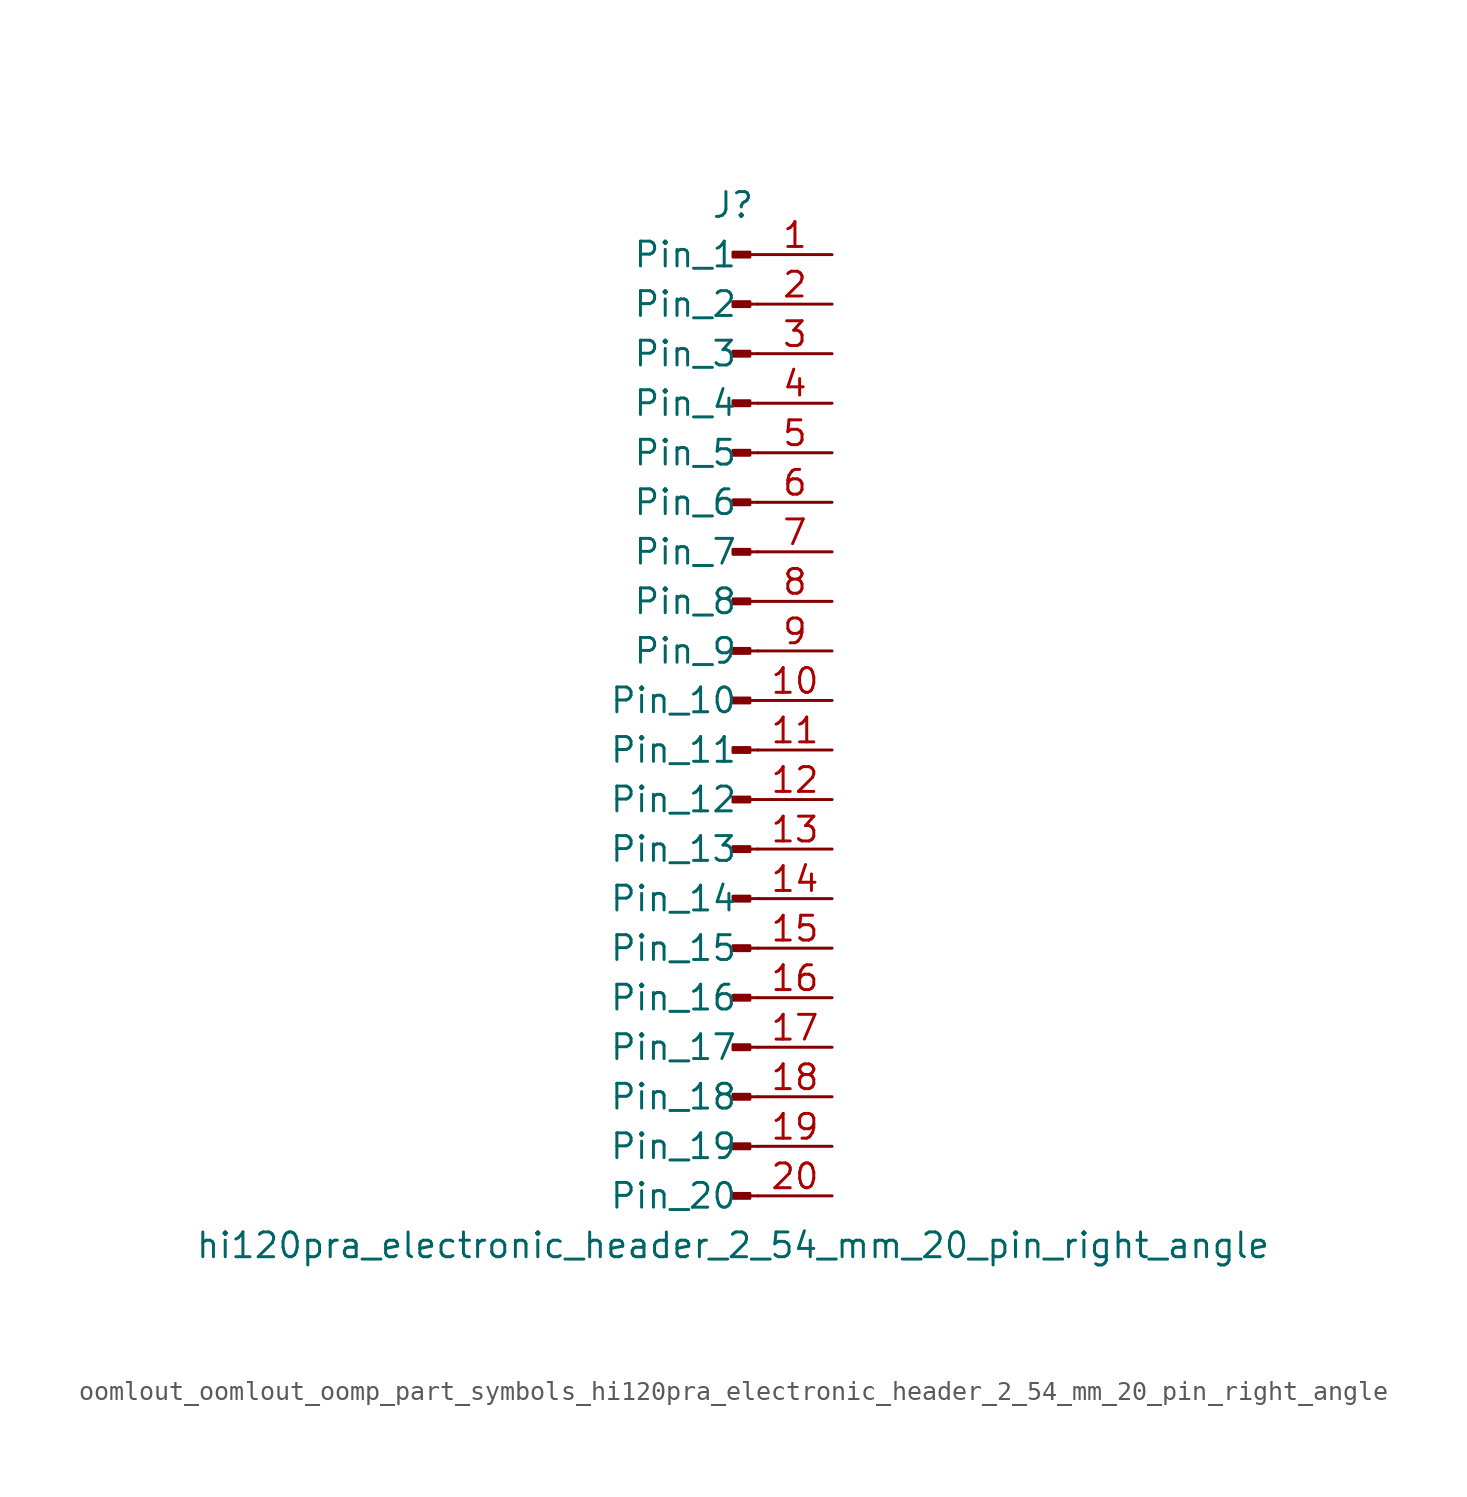
<source format=kicad_sym>
(kicad_symbol_lib
  (version 20220914)
  (generator kicad_symbol_editor)
  (symbol "oomlout_oomlout_oomp_part_symbols_hi120pra_electronic_header_2_54_mm_20_pin_right_angle"
    (pin_names
      (offset 1.016))
    (property "Reference" "J"
      (at 0 25.4 0)
      (effects (font (size 1.27 1.27))))
    (property "Value" "hi120pra_electronic_header_2_54_mm_20_pin_right_angle"
      (at 0 -27.94 0)
      (effects (font (size 1.27 1.27))))
    (property "ki_locked" ""
      (at 0 0 0)
      (effects (font (size 1.27 1.27))))
    (symbol "oomlout_oomlout_oomp_part_symbols_hi120pra_electronic_header_2_54_mm_20_pin_right_angle_1_1"
      (polyline (pts (xy 1.27 -25.4) (xy 0.864 -25.4)) (stroke (width 0.152) (type default)) (fill (type none)))
      (polyline (pts (xy 1.27 -22.86) (xy 0.864 -22.86)) (stroke (width 0.152) (type default)) (fill (type none)))
      (polyline (pts (xy 1.27 -20.32) (xy 0.864 -20.32)) (stroke (width 0.152) (type default)) (fill (type none)))
      (polyline (pts (xy 1.27 -17.78) (xy 0.864 -17.78)) (stroke (width 0.152) (type default)) (fill (type none)))
      (polyline (pts (xy 1.27 -15.24) (xy 0.864 -15.24)) (stroke (width 0.152) (type default)) (fill (type none)))
      (polyline (pts (xy 1.27 -12.7) (xy 0.864 -12.7)) (stroke (width 0.152) (type default)) (fill (type none)))
      (polyline (pts (xy 1.27 -10.16) (xy 0.864 -10.16)) (stroke (width 0.152) (type default)) (fill (type none)))
      (polyline (pts (xy 1.27 -7.62) (xy 0.864 -7.62)) (stroke (width 0.152) (type default)) (fill (type none)))
      (polyline (pts (xy 1.27 -5.08) (xy 0.864 -5.08)) (stroke (width 0.152) (type default)) (fill (type none)))
      (polyline (pts (xy 1.27 -2.54) (xy 0.864 -2.54)) (stroke (width 0.152) (type default)) (fill (type none)))
      (polyline (pts (xy 1.27 0) (xy 0.864 0)) (stroke (width 0.152) (type default)) (fill (type none)))
      (polyline (pts (xy 1.27 2.54) (xy 0.864 2.54)) (stroke (width 0.152) (type default)) (fill (type none)))
      (polyline (pts (xy 1.27 5.08) (xy 0.864 5.08)) (stroke (width 0.152) (type default)) (fill (type none)))
      (polyline (pts (xy 1.27 7.62) (xy 0.864 7.62)) (stroke (width 0.152) (type default)) (fill (type none)))
      (polyline (pts (xy 1.27 10.16) (xy 0.864 10.16)) (stroke (width 0.152) (type default)) (fill (type none)))
      (polyline (pts (xy 1.27 12.7) (xy 0.864 12.7)) (stroke (width 0.152) (type default)) (fill (type none)))
      (polyline (pts (xy 1.27 15.24) (xy 0.864 15.24)) (stroke (width 0.152) (type default)) (fill (type none)))
      (polyline (pts (xy 1.27 17.78) (xy 0.864 17.78)) (stroke (width 0.152) (type default)) (fill (type none)))
      (polyline (pts (xy 1.27 20.32) (xy 0.864 20.32)) (stroke (width 0.152) (type default)) (fill (type none)))
      (polyline (pts (xy 1.27 22.86) (xy 0.864 22.86)) (stroke (width 0.152) (type default)) (fill (type none)))
      (rectangle (start 0.864 -25.273) (end 0 -25.527) (stroke (width 0.152) (type default)) (fill (type outline)))
      (rectangle (start 0.864 -22.733) (end 0 -22.987) (stroke (width 0.152) (type default)) (fill (type outline)))
      (rectangle (start 0.864 -20.193) (end 0 -20.447) (stroke (width 0.152) (type default)) (fill (type outline)))
      (rectangle (start 0.864 -17.653) (end 0 -17.907) (stroke (width 0.152) (type default)) (fill (type outline)))
      (rectangle (start 0.864 -15.113) (end 0 -15.367) (stroke (width 0.152) (type default)) (fill (type outline)))
      (rectangle (start 0.864 -12.573) (end 0 -12.827) (stroke (width 0.152) (type default)) (fill (type outline)))
      (rectangle (start 0.864 -10.033) (end 0 -10.287) (stroke (width 0.152) (type default)) (fill (type outline)))
      (rectangle (start 0.864 -7.493) (end 0 -7.747) (stroke (width 0.152) (type default)) (fill (type outline)))
      (rectangle (start 0.864 -4.953) (end 0 -5.207) (stroke (width 0.152) (type default)) (fill (type outline)))
      (rectangle (start 0.864 -2.413) (end 0 -2.667) (stroke (width 0.152) (type default)) (fill (type outline)))
      (rectangle (start 0.864 0.127) (end 0 -0.127) (stroke (width 0.152) (type default)) (fill (type outline)))
      (rectangle (start 0.864 2.667) (end 0 2.413) (stroke (width 0.152) (type default)) (fill (type outline)))
      (rectangle (start 0.864 5.207) (end 0 4.953) (stroke (width 0.152) (type default)) (fill (type outline)))
      (rectangle (start 0.864 7.747) (end 0 7.493) (stroke (width 0.152) (type default)) (fill (type outline)))
      (rectangle (start 0.864 10.287) (end 0 10.033) (stroke (width 0.152) (type default)) (fill (type outline)))
      (rectangle (start 0.864 12.827) (end 0 12.573) (stroke (width 0.152) (type default)) (fill (type outline)))
      (rectangle (start 0.864 15.367) (end 0 15.113) (stroke (width 0.152) (type default)) (fill (type outline)))
      (rectangle (start 0.864 17.907) (end 0 17.653) (stroke (width 0.152) (type default)) (fill (type outline)))
      (rectangle (start 0.864 20.447) (end 0 20.193) (stroke (width 0.152) (type default)) (fill (type outline)))
      (rectangle (start 0.864 22.987) (end 0 22.733) (stroke (width 0.152) (type default)) (fill (type outline)))
      (pin passive line (at 5.08 22.86 180) (length 3.81) (name "Pin_1" (effects (font (size 1.27 1.27)))) (number "1" (effects (font (size 1.27 1.27)))))
      (pin passive line (at 5.08 0 180) (length 3.81) (name "Pin_10" (effects (font (size 1.27 1.27)))) (number "10" (effects (font (size 1.27 1.27)))))
      (pin passive line (at 5.08 -2.54 180) (length 3.81) (name "Pin_11" (effects (font (size 1.27 1.27)))) (number "11" (effects (font (size 1.27 1.27)))))
      (pin passive line (at 5.08 -5.08 180) (length 3.81) (name "Pin_12" (effects (font (size 1.27 1.27)))) (number "12" (effects (font (size 1.27 1.27)))))
      (pin passive line (at 5.08 -7.62 180) (length 3.81) (name "Pin_13" (effects (font (size 1.27 1.27)))) (number "13" (effects (font (size 1.27 1.27)))))
      (pin passive line (at 5.08 -10.16 180) (length 3.81) (name "Pin_14" (effects (font (size 1.27 1.27)))) (number "14" (effects (font (size 1.27 1.27)))))
      (pin passive line (at 5.08 -12.7 180) (length 3.81) (name "Pin_15" (effects (font (size 1.27 1.27)))) (number "15" (effects (font (size 1.27 1.27)))))
      (pin passive line (at 5.08 -15.24 180) (length 3.81) (name "Pin_16" (effects (font (size 1.27 1.27)))) (number "16" (effects (font (size 1.27 1.27)))))
      (pin passive line (at 5.08 -17.78 180) (length 3.81) (name "Pin_17" (effects (font (size 1.27 1.27)))) (number "17" (effects (font (size 1.27 1.27)))))
      (pin passive line (at 5.08 -20.32 180) (length 3.81) (name "Pin_18" (effects (font (size 1.27 1.27)))) (number "18" (effects (font (size 1.27 1.27)))))
      (pin passive line (at 5.08 -22.86 180) (length 3.81) (name "Pin_19" (effects (font (size 1.27 1.27)))) (number "19" (effects (font (size 1.27 1.27)))))
      (pin passive line (at 5.08 20.32 180) (length 3.81) (name "Pin_2" (effects (font (size 1.27 1.27)))) (number "2" (effects (font (size 1.27 1.27)))))
      (pin passive line (at 5.08 -25.4 180) (length 3.81) (name "Pin_20" (effects (font (size 1.27 1.27)))) (number "20" (effects (font (size 1.27 1.27)))))
      (pin passive line (at 5.08 17.78 180) (length 3.81) (name "Pin_3" (effects (font (size 1.27 1.27)))) (number "3" (effects (font (size 1.27 1.27)))))
      (pin passive line (at 5.08 15.24 180) (length 3.81) (name "Pin_4" (effects (font (size 1.27 1.27)))) (number "4" (effects (font (size 1.27 1.27)))))
      (pin passive line (at 5.08 12.7 180) (length 3.81) (name "Pin_5" (effects (font (size 1.27 1.27)))) (number "5" (effects (font (size 1.27 1.27)))))
      (pin passive line (at 5.08 10.16 180) (length 3.81) (name "Pin_6" (effects (font (size 1.27 1.27)))) (number "6" (effects (font (size 1.27 1.27)))))
      (pin passive line (at 5.08 7.62 180) (length 3.81) (name "Pin_7" (effects (font (size 1.27 1.27)))) (number "7" (effects (font (size 1.27 1.27)))))
      (pin passive line (at 5.08 5.08 180) (length 3.81) (name "Pin_8" (effects (font (size 1.27 1.27)))) (number "8" (effects (font (size 1.27 1.27)))))
      (pin passive line (at 5.08 2.54 180) (length 3.81) (name "Pin_9" (effects (font (size 1.27 1.27)))) (number "9" (effects (font (size 1.27 1.27))))))))
</source>
